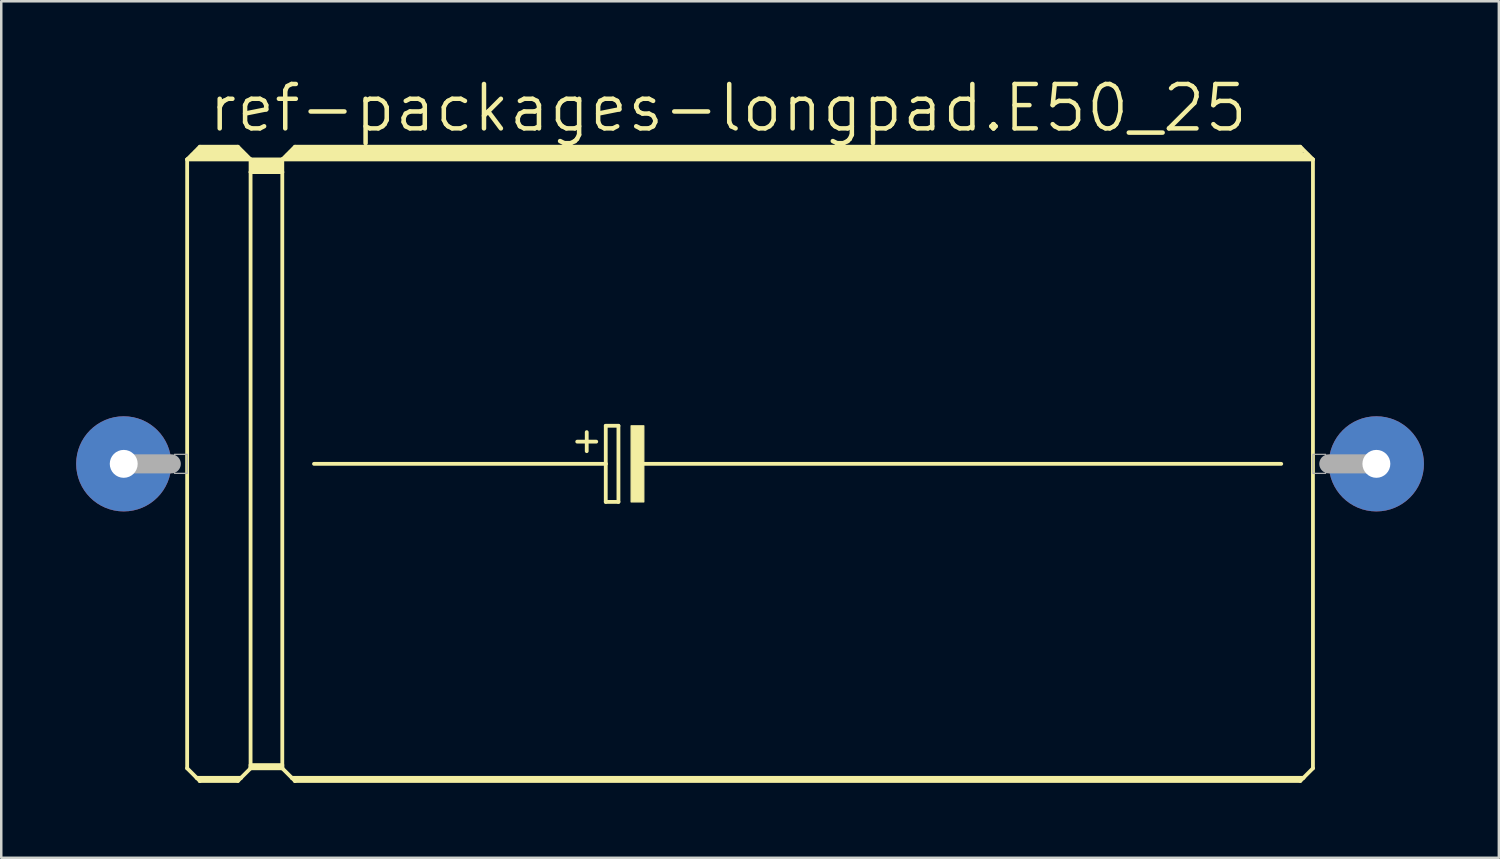
<source format=kicad_pcb>
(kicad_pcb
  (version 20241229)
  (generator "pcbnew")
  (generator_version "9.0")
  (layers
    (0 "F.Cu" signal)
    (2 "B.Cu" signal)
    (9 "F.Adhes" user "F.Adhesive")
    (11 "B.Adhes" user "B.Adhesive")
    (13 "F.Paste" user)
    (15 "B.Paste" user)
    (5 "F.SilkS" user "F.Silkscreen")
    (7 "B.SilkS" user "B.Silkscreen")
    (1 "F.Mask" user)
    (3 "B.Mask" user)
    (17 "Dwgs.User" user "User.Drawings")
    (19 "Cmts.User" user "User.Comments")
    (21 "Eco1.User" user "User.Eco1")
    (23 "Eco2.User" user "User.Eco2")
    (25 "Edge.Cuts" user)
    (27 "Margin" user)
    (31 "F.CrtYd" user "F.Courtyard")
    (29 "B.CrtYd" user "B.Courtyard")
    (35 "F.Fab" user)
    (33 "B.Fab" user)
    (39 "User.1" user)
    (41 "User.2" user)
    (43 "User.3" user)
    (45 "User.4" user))
  (footprint "ref-packages-longpad.E50_25"
    (layer "F.Cu")
    (at 27.305 15.526)
    (property "Reference" "ref-packages-longpad.E50_25" (at -22.098 -13.208 0) (layer "F.SilkS") (effects (font (size 1.778 1.778) (thickness 0.18)) (justify left bottom)))
    (attr through_hole)
    (fp_line (start -22.86 -12.192) (end -22.86 12.192) (stroke (width 0.152) (type default)) (layer "F.SilkS"))
    (fp_line (start -22.86 -12.192) (end -22.352 -12.7) (stroke (width 0.152) (type default)) (layer "F.SilkS"))
    (fp_line (start -22.86 -12.192) (end -20.32 -12.192) (stroke (width 0.152) (type default)) (layer "F.SilkS"))
    (fp_line (start -22.86 12.192) (end -22.479 12.573) (stroke (width 0.152) (type default)) (layer "F.SilkS"))
    (fp_line (start -22.606 -12.319) (end -22.479 -12.319) (stroke (width 0.305) (type default)) (layer "F.SilkS"))
    (fp_line (start -22.479 -12.319) (end -22.479 -12.446) (stroke (width 0.305) (type default)) (layer "F.SilkS"))
    (fp_line (start -22.479 -12.319) (end -20.701 -12.319) (stroke (width 0.305) (type default)) (layer "F.SilkS"))
    (fp_line (start -22.479 12.573) (end -22.352 12.7) (stroke (width 0.152) (type default)) (layer "F.SilkS"))
    (fp_line (start -22.479 12.573) (end -20.701 12.573) (stroke (width 0.152) (type default)) (layer "F.SilkS"))
    (fp_line (start -22.352 -12.7) (end -20.828 -12.7) (stroke (width 0.152) (type default)) (layer "F.SilkS"))
    (fp_line (start -22.352 -12.573) (end -20.828 -12.573) (stroke (width 0.305) (type default)) (layer "F.SilkS"))
    (fp_line (start -22.352 12.649) (end -20.828 12.649) (stroke (width 0.152) (type default)) (layer "F.SilkS"))
    (fp_line (start -22.352 12.7) (end -22.352 12.649) (stroke (width 0.152) (type default)) (layer "F.SilkS"))
    (fp_line (start -22.352 12.7) (end -20.828 12.7) (stroke (width 0.152) (type default)) (layer "F.SilkS"))
    (fp_line (start -20.701 -12.319) (end -20.701 -12.446) (stroke (width 0.305) (type default)) (layer "F.SilkS"))
    (fp_line (start -20.701 -12.319) (end -20.574 -12.319) (stroke (width 0.305) (type default)) (layer "F.SilkS"))
    (fp_line (start -20.701 12.573) (end -20.828 12.7) (stroke (width 0.152) (type default)) (layer "F.SilkS"))
    (fp_line (start -20.32 -12.192) (end -20.828 -12.7) (stroke (width 0.152) (type default)) (layer "F.SilkS"))
    (fp_line (start -20.32 -12.192) (end -20.32 -11.684) (stroke (width 0.152) (type default)) (layer "F.SilkS"))
    (fp_line (start -20.32 -12.192) (end -19.05 -12.192) (stroke (width 0.152) (type default)) (layer "F.SilkS"))
    (fp_line (start -20.32 -11.684) (end -20.32 12.065) (stroke (width 0.152) (type default)) (layer "F.SilkS"))
    (fp_line (start -20.32 -11.684) (end -19.05 -11.684) (stroke (width 0.152) (type default)) (layer "F.SilkS"))
    (fp_line (start -20.32 12.065) (end -20.32 12.141) (stroke (width 0.152) (type default)) (layer "F.SilkS"))
    (fp_line (start -20.32 12.065) (end -19.05 12.065) (stroke (width 0.152) (type default)) (layer "F.SilkS"))
    (fp_line (start -20.32 12.141) (end -20.32 12.192) (stroke (width 0.152) (type default)) (layer "F.SilkS"))
    (fp_line (start -20.32 12.141) (end -19.05 12.141) (stroke (width 0.152) (type default)) (layer "F.SilkS"))
    (fp_line (start -20.32 12.192) (end -20.701 12.573) (stroke (width 0.152) (type default)) (layer "F.SilkS"))
    (fp_line (start -20.32 12.192) (end -19.05 12.192) (stroke (width 0.152) (type default)) (layer "F.SilkS"))
    (fp_line (start -20.193 -12.065) (end -19.177 -12.065) (stroke (width 0.305) (type default)) (layer "F.SilkS"))
    (fp_line (start -20.193 -11.811) (end -19.177 -11.811) (stroke (width 0.305) (type default)) (layer "F.SilkS"))
    (fp_line (start -19.05 -12.192) (end -19.05 -11.684) (stroke (width 0.152) (type default)) (layer "F.SilkS"))
    (fp_line (start -19.05 -12.192) (end 22.225 -12.192) (stroke (width 0.152) (type default)) (layer "F.SilkS"))
    (fp_line (start -19.05 -11.684) (end -19.05 12.065) (stroke (width 0.152) (type default)) (layer "F.SilkS"))
    (fp_line (start -19.05 12.065) (end -19.05 12.141) (stroke (width 0.152) (type default)) (layer "F.SilkS"))
    (fp_line (start -19.05 12.141) (end -19.05 12.192) (stroke (width 0.152) (type default)) (layer "F.SilkS"))
    (fp_line (start -19.05 12.192) (end -18.669 12.573) (stroke (width 0.152) (type default)) (layer "F.SilkS"))
    (fp_line (start -18.796 -12.319) (end -18.669 -12.319) (stroke (width 0.305) (type default)) (layer "F.SilkS"))
    (fp_line (start -18.669 -12.319) (end -18.669 -12.446) (stroke (width 0.305) (type default)) (layer "F.SilkS"))
    (fp_line (start -18.669 -12.319) (end 21.971 -12.319) (stroke (width 0.305) (type default)) (layer "F.SilkS"))
    (fp_line (start -18.669 12.573) (end -18.542 12.7) (stroke (width 0.152) (type default)) (layer "F.SilkS"))
    (fp_line (start -18.669 12.573) (end 21.844 12.573) (stroke (width 0.152) (type default)) (layer "F.SilkS"))
    (fp_line (start -18.542 -12.7) (end -19.05 -12.192) (stroke (width 0.152) (type default)) (layer "F.SilkS"))
    (fp_line (start -18.542 -12.7) (end 21.717 -12.7) (stroke (width 0.152) (type default)) (layer "F.SilkS"))
    (fp_line (start -18.542 -12.573) (end 21.717 -12.573) (stroke (width 0.305) (type default)) (layer "F.SilkS"))
    (fp_line (start -18.542 12.649) (end 21.717 12.649) (stroke (width 0.152) (type default)) (layer "F.SilkS"))
    (fp_line (start -18.542 12.7) (end -18.542 12.649) (stroke (width 0.152) (type default)) (layer "F.SilkS"))
    (fp_line (start -17.78 0) (end -6.096 0) (stroke (width 0.152) (type default)) (layer "F.SilkS"))
    (fp_line (start -7.239 -0.889) (end -6.477 -0.889) (stroke (width 0.152) (type default)) (layer "F.SilkS"))
    (fp_line (start -6.858 -1.27) (end -6.858 -0.508) (stroke (width 0.152) (type default)) (layer "F.SilkS"))
    (fp_line (start -6.096 -1.524) (end -6.096 0) (stroke (width 0.152) (type default)) (layer "F.SilkS"))
    (fp_line (start -6.096 0) (end -6.096 1.524) (stroke (width 0.152) (type default)) (layer "F.SilkS"))
    (fp_line (start -6.096 1.524) (end -5.588 1.524) (stroke (width 0.152) (type default)) (layer "F.SilkS"))
    (fp_line (start -5.588 -1.524) (end -6.096 -1.524) (stroke (width 0.152) (type default)) (layer "F.SilkS"))
    (fp_line (start -5.588 1.524) (end -5.588 -1.524) (stroke (width 0.152) (type default)) (layer "F.SilkS"))
    (fp_line (start -4.699 0) (end 20.955 0) (stroke (width 0.152) (type default)) (layer "F.SilkS"))
    (fp_line (start 21.717 -12.7) (end 22.225 -12.192) (stroke (width 0.152) (type default)) (layer "F.SilkS"))
    (fp_line (start 21.717 12.7) (end -18.542 12.7) (stroke (width 0.152) (type default)) (layer "F.SilkS"))
    (fp_line (start 21.844 12.573) (end 21.717 12.7) (stroke (width 0.152) (type default)) (layer "F.SilkS"))
    (fp_line (start 22.225 -12.192) (end 22.225 12.192) (stroke (width 0.152) (type default)) (layer "F.SilkS"))
    (fp_line (start 22.225 12.192) (end 21.844 12.573) (stroke (width 0.152) (type default)) (layer "F.SilkS"))
    (fp_rect (start -5.08 1.524) (end -4.572 -1.524) (stroke (width 0.05) (type default)) (fill yes) (layer "F.SilkS"))
    (fp_line (start -25.4 0) (end -23.495 0) (stroke (width 0.762) (type default)) (layer "F.Fab"))
    (fp_line (start 24.765 0) (end 22.86 0) (stroke (width 0.762) (type default)) (layer "F.Fab"))
    (fp_rect (start -23.368 0.381) (end -22.86 -0.381) (stroke (width 0.05) (type default)) (fill no) (layer "F.Fab"))
    (fp_rect (start 22.225 0.381) (end 22.733 -0.381) (stroke (width 0.05) (type default)) (fill no) (layer "F.Fab"))
    (pad "+" thru_hole circle (at -25.4 0) (size 3.81 3.81) (drill 1.118) (layers "*.Cu" "*.Mask"))
    (pad "-" thru_hole circle (at 24.765 0) (size 3.81 3.81) (drill 1.118) (layers "*.Cu" "*.Mask")))
  (gr_rect
    (start -3 -3)
    (end 56.975 31.302)
    (stroke (width 0.1) (type default))
    (fill no)
    (layer "Edge.Cuts")))
</source>
